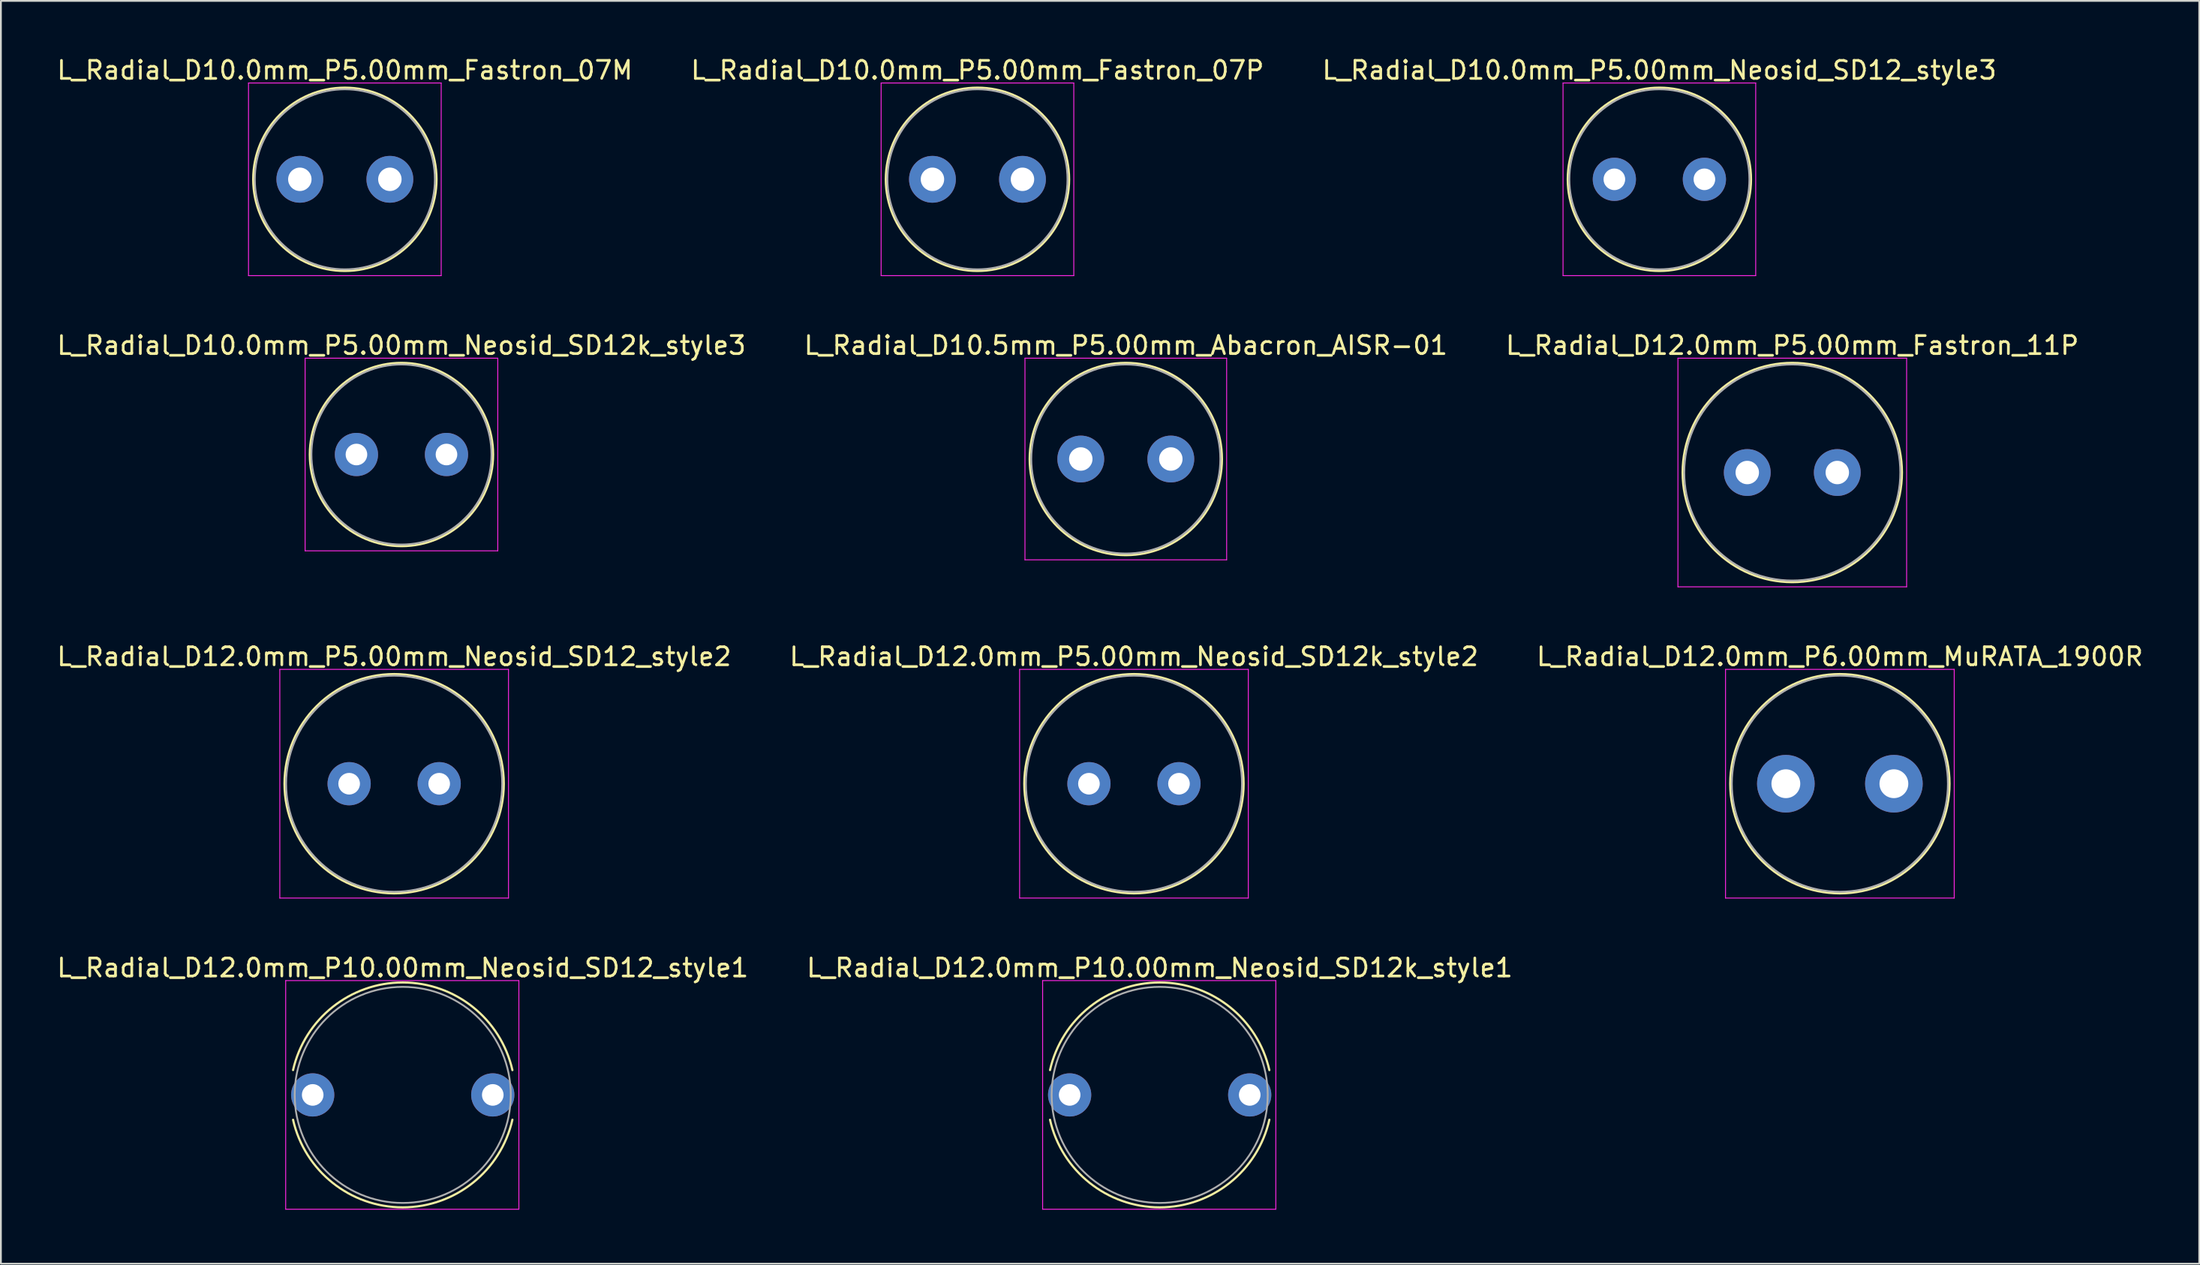
<source format=kicad_pcb>
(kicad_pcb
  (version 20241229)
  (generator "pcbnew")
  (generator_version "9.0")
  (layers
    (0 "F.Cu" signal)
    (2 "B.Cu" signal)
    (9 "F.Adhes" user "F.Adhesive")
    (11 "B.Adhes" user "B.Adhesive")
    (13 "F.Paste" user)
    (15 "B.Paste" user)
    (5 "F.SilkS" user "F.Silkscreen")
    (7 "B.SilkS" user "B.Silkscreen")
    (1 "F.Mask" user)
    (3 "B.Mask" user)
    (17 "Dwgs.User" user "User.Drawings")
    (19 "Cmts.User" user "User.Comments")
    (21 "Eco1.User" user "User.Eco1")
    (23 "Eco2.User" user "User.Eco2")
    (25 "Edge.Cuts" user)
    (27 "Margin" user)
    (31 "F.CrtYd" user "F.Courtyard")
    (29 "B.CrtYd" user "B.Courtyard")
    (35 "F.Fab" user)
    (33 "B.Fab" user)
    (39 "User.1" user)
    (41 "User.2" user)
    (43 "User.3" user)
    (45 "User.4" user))
  (footprint "L_Radial_D10.0mm_P5.00mm_Fastron_07P"
    (layer "F.Cu")
    (at 48.732 6.908)
    (property "Reference" "L_Radial_D10.0mm_P5.00mm_Fastron_07P" (at 2.5 -6.06 0) (layer "F.SilkS") (effects (font (size 1 1) (thickness 0.15))))
    (attr through_hole)
    (fp_circle (center 2.5 0) (end 7.59 0) (stroke (width 0.12) (type solid)) (fill no) (layer "F.SilkS"))
    (fp_line (start -2.85 -5.35) (end -2.85 5.35) (stroke (width 0.05) (type solid)) (layer "F.CrtYd"))
    (fp_line (start -2.85 5.35) (end 7.85 5.35) (stroke (width 0.05) (type solid)) (layer "F.CrtYd"))
    (fp_line (start 7.85 -5.35) (end -2.85 -5.35) (stroke (width 0.05) (type solid)) (layer "F.CrtYd"))
    (fp_line (start 7.85 5.35) (end 7.85 -5.35) (stroke (width 0.05) (type solid)) (layer "F.CrtYd"))
    (fp_circle (center 2.5 0) (end 7.5 0) (stroke (width 0.1) (type solid)) (fill no) (layer "F.Fab"))
    (pad "1" thru_hole circle (at 0 0) (size 2.6 2.6) (drill 1.3) (layers "*.Cu" "*.Mask"))
    (pad "2" thru_hole circle (at 5 0) (size 2.6 2.6) (drill 1.3) (layers "*.Cu" "*.Mask")))
  (footprint "L_Radial_D12.0mm_P5.00mm_Neosid_SD12k_style2"
    (layer "F.Cu")
    (at 57.423 40.475)
    (property "Reference" "L_Radial_D12.0mm_P5.00mm_Neosid_SD12k_style2" (at 2.5 -7.06 0) (layer "F.SilkS") (effects (font (size 1 1) (thickness 0.15))))
    (attr through_hole)
    (fp_circle (center 2.5 0) (end 8.59 0) (stroke (width 0.12) (type solid)) (fill no) (layer "F.SilkS"))
    (fp_line (start -3.85 -6.35) (end -3.85 6.35) (stroke (width 0.05) (type solid)) (layer "F.CrtYd"))
    (fp_line (start -3.85 6.35) (end 8.85 6.35) (stroke (width 0.05) (type solid)) (layer "F.CrtYd"))
    (fp_line (start 8.85 -6.35) (end -3.85 -6.35) (stroke (width 0.05) (type solid)) (layer "F.CrtYd"))
    (fp_line (start 8.85 6.35) (end 8.85 -6.35) (stroke (width 0.05) (type solid)) (layer "F.CrtYd"))
    (fp_circle (center 2.5 0) (end 8.5 0) (stroke (width 0.1) (type solid)) (fill no) (layer "F.Fab"))
    (pad "1" thru_hole circle (at 0 0) (size 2.4 2.4) (drill 1.2) (layers "*.Cu" "*.Mask"))
    (pad "2" thru_hole circle (at 5 0) (size 2.4 2.4) (drill 1.2) (layers "*.Cu" "*.Mask")))
  (footprint "L_Radial_D12.0mm_P10.00mm_Neosid_SD12_style1"
    (layer "F.Cu")
    (at 14.315 57.758)
    (property "Reference" "L_Radial_D12.0mm_P10.00mm_Neosid_SD12_style1" (at 5 -7.06 0) (layer "F.SilkS") (effects (font (size 1 1) (thickness 0.15))))
    (attr through_hole)
    (fp_arc (start -1.09 -1.38) (mid 5.001925 -6.244397) (end 11.09085 -1.376245) (stroke (width 0.12) (type solid)) (layer "F.SilkS"))
    (fp_arc (start 11.09085 1.376245) (mid 5.001925 6.244398) (end -1.09 1.38) (stroke (width 0.12) (type solid)) (layer "F.SilkS"))
    (fp_line (start -1.5 -6.35) (end -1.5 6.35) (stroke (width 0.05) (type solid)) (layer "F.CrtYd"))
    (fp_line (start -1.5 6.35) (end 11.45 6.35) (stroke (width 0.05) (type solid)) (layer "F.CrtYd"))
    (fp_line (start 11.45 -6.35) (end -1.5 -6.35) (stroke (width 0.05) (type solid)) (layer "F.CrtYd"))
    (fp_line (start 11.45 6.35) (end 11.45 -6.35) (stroke (width 0.05) (type solid)) (layer "F.CrtYd"))
    (fp_circle (center 5 0) (end 11 0) (stroke (width 0.1) (type solid)) (fill no) (layer "F.Fab"))
    (pad "1" thru_hole circle (at 0 0) (size 2.4 2.4) (drill 1.2) (layers "*.Cu" "*.Mask"))
    (pad "2" thru_hole circle (at 10 0) (size 2.4 2.4) (drill 1.2) (layers "*.Cu" "*.Mask")))
  (footprint "L_Radial_D12.0mm_P10.00mm_Neosid_SD12k_style1"
    (layer "F.Cu")
    (at 56.351 57.758)
    (property "Reference" "L_Radial_D12.0mm_P10.00mm_Neosid_SD12k_style1" (at 5 -7.06 0) (layer "F.SilkS") (effects (font (size 1 1) (thickness 0.15))))
    (attr through_hole)
    (fp_arc (start -1.09 -1.38) (mid 5.001925 -6.244397) (end 11.09085 -1.376245) (stroke (width 0.12) (type solid)) (layer "F.SilkS"))
    (fp_arc (start 11.09085 1.376245) (mid 5.001925 6.244398) (end -1.09 1.38) (stroke (width 0.12) (type solid)) (layer "F.SilkS"))
    (fp_line (start -1.5 -6.35) (end -1.5 6.35) (stroke (width 0.05) (type solid)) (layer "F.CrtYd"))
    (fp_line (start -1.5 6.35) (end 11.45 6.35) (stroke (width 0.05) (type solid)) (layer "F.CrtYd"))
    (fp_line (start 11.45 -6.35) (end -1.5 -6.35) (stroke (width 0.05) (type solid)) (layer "F.CrtYd"))
    (fp_line (start 11.45 6.35) (end 11.45 -6.35) (stroke (width 0.05) (type solid)) (layer "F.CrtYd"))
    (fp_circle (center 5 0) (end 11 0) (stroke (width 0.1) (type solid)) (fill no) (layer "F.Fab"))
    (pad "1" thru_hole circle (at 0 0) (size 2.4 2.4) (drill 1.2) (layers "*.Cu" "*.Mask"))
    (pad "2" thru_hole circle (at 10 0) (size 2.4 2.4) (drill 1.2) (layers "*.Cu" "*.Mask")))
  (footprint "L_Radial_D12.0mm_P5.00mm_Fastron_11P"
    (layer "F.Cu")
    (at 93.982 23.192)
    (property "Reference" "L_Radial_D12.0mm_P5.00mm_Fastron_11P" (at 2.5 -7.06 0) (layer "F.SilkS") (effects (font (size 1 1) (thickness 0.15))))
    (attr through_hole)
    (fp_circle (center 2.5 0) (end 8.59 0) (stroke (width 0.12) (type solid)) (fill no) (layer "F.SilkS"))
    (fp_line (start -3.85 -6.35) (end -3.85 6.35) (stroke (width 0.05) (type solid)) (layer "F.CrtYd"))
    (fp_line (start -3.85 6.35) (end 8.85 6.35) (stroke (width 0.05) (type solid)) (layer "F.CrtYd"))
    (fp_line (start 8.85 -6.35) (end -3.85 -6.35) (stroke (width 0.05) (type solid)) (layer "F.CrtYd"))
    (fp_line (start 8.85 6.35) (end 8.85 -6.35) (stroke (width 0.05) (type solid)) (layer "F.CrtYd"))
    (fp_circle (center 2.5 0) (end 8.5 0) (stroke (width 0.1) (type solid)) (fill no) (layer "F.Fab"))
    (pad "1" thru_hole circle (at 0 0) (size 2.6 2.6) (drill 1.3) (layers "*.Cu" "*.Mask"))
    (pad "2" thru_hole circle (at 5 0) (size 2.6 2.6) (drill 1.3) (layers "*.Cu" "*.Mask")))
  (footprint "L_Radial_D12.0mm_P5.00mm_Neosid_SD12_style2"
    (layer "F.Cu")
    (at 16.339 40.475)
    (property "Reference" "L_Radial_D12.0mm_P5.00mm_Neosid_SD12_style2" (at 2.5 -7.06 0) (layer "F.SilkS") (effects (font (size 1 1) (thickness 0.15))))
    (attr through_hole)
    (fp_circle (center 2.5 0) (end 8.59 0) (stroke (width 0.12) (type solid)) (fill no) (layer "F.SilkS"))
    (fp_line (start -3.85 -6.35) (end -3.85 6.35) (stroke (width 0.05) (type solid)) (layer "F.CrtYd"))
    (fp_line (start -3.85 6.35) (end 8.85 6.35) (stroke (width 0.05) (type solid)) (layer "F.CrtYd"))
    (fp_line (start 8.85 -6.35) (end -3.85 -6.35) (stroke (width 0.05) (type solid)) (layer "F.CrtYd"))
    (fp_line (start 8.85 6.35) (end 8.85 -6.35) (stroke (width 0.05) (type solid)) (layer "F.CrtYd"))
    (fp_circle (center 2.5 0) (end 8.5 0) (stroke (width 0.1) (type solid)) (fill no) (layer "F.Fab"))
    (pad "1" thru_hole circle (at 0 0) (size 2.4 2.4) (drill 1.2) (layers "*.Cu" "*.Mask"))
    (pad "2" thru_hole circle (at 5 0) (size 2.4 2.4) (drill 1.2) (layers "*.Cu" "*.Mask")))
  (footprint "L_Radial_D10.5mm_P5.00mm_Abacron_AISR-01"
    (layer "F.Cu")
    (at 56.97 22.442)
    (property "Reference" "L_Radial_D10.5mm_P5.00mm_Abacron_AISR-01" (at 2.5 -6.31 0) (layer "F.SilkS") (effects (font (size 1 1) (thickness 0.15))))
    (attr through_hole)
    (fp_circle (center 2.5 0) (end 7.84 0) (stroke (width 0.12) (type solid)) (fill no) (layer "F.SilkS"))
    (fp_line (start -3.1 -5.6) (end -3.1 5.6) (stroke (width 0.05) (type solid)) (layer "F.CrtYd"))
    (fp_line (start -3.1 5.6) (end 8.1 5.6) (stroke (width 0.05) (type solid)) (layer "F.CrtYd"))
    (fp_line (start 8.1 -5.6) (end -3.1 -5.6) (stroke (width 0.05) (type solid)) (layer "F.CrtYd"))
    (fp_line (start 8.1 5.6) (end 8.1 -5.6) (stroke (width 0.05) (type solid)) (layer "F.CrtYd"))
    (fp_circle (center 2.5 0) (end 7.75 0) (stroke (width 0.1) (type solid)) (fill no) (layer "F.Fab"))
    (pad "1" thru_hole circle (at 0 0) (size 2.6 2.6) (drill 1.3) (layers "*.Cu" "*.Mask"))
    (pad "2" thru_hole circle (at 5 0) (size 2.6 2.6) (drill 1.3) (layers "*.Cu" "*.Mask")))
  (footprint "L_Radial_D10.0mm_P5.00mm_Neosid_SD12k_style3"
    (layer "F.Cu")
    (at 16.744 22.192)
    (property "Reference" "L_Radial_D10.0mm_P5.00mm_Neosid_SD12k_style3" (at 2.5 -6.06 0) (layer "F.SilkS") (effects (font (size 1 1) (thickness 0.15))))
    (attr through_hole)
    (fp_circle (center 2.5 0) (end 7.59 0) (stroke (width 0.12) (type solid)) (fill no) (layer "F.SilkS"))
    (fp_line (start -2.85 -5.35) (end -2.85 5.35) (stroke (width 0.05) (type solid)) (layer "F.CrtYd"))
    (fp_line (start -2.85 5.35) (end 7.85 5.35) (stroke (width 0.05) (type solid)) (layer "F.CrtYd"))
    (fp_line (start 7.85 -5.35) (end -2.85 -5.35) (stroke (width 0.05) (type solid)) (layer "F.CrtYd"))
    (fp_line (start 7.85 5.35) (end 7.85 -5.35) (stroke (width 0.05) (type solid)) (layer "F.CrtYd"))
    (fp_circle (center 2.5 0) (end 7.5 0) (stroke (width 0.1) (type solid)) (fill no) (layer "F.Fab"))
    (pad "1" thru_hole circle (at 0 0) (size 2.4 2.4) (drill 1.2) (layers "*.Cu" "*.Mask"))
    (pad "2" thru_hole circle (at 5 0) (size 2.4 2.4) (drill 1.2) (layers "*.Cu" "*.Mask")))
  (footprint "L_Radial_D10.0mm_P5.00mm_Fastron_07M"
    (layer "F.Cu")
    (at 13.601 6.908)
    (property "Reference" "L_Radial_D10.0mm_P5.00mm_Fastron_07M" (at 2.5 -6.06 0) (layer "F.SilkS") (effects (font (size 1 1) (thickness 0.15))))
    (attr through_hole)
    (fp_circle (center 2.5 0) (end 7.59 0) (stroke (width 0.12) (type solid)) (fill no) (layer "F.SilkS"))
    (fp_line (start -2.85 -5.35) (end -2.85 5.35) (stroke (width 0.05) (type solid)) (layer "F.CrtYd"))
    (fp_line (start -2.85 5.35) (end 7.85 5.35) (stroke (width 0.05) (type solid)) (layer "F.CrtYd"))
    (fp_line (start 7.85 -5.35) (end -2.85 -5.35) (stroke (width 0.05) (type solid)) (layer "F.CrtYd"))
    (fp_line (start 7.85 5.35) (end 7.85 -5.35) (stroke (width 0.05) (type solid)) (layer "F.CrtYd"))
    (fp_circle (center 2.5 0) (end 7.5 0) (stroke (width 0.1) (type solid)) (fill no) (layer "F.Fab"))
    (pad "1" thru_hole circle (at 0 0) (size 2.6 2.6) (drill 1.3) (layers "*.Cu" "*.Mask"))
    (pad "2" thru_hole circle (at 5 0) (size 2.6 2.6) (drill 1.3) (layers "*.Cu" "*.Mask")))
  (footprint "L_Radial_D12.0mm_P6.00mm_MuRATA_1900R"
    (layer "F.Cu")
    (at 96.125 40.475)
    (property "Reference" "L_Radial_D12.0mm_P6.00mm_MuRATA_1900R" (at 3 -7.06 0) (layer "F.SilkS") (effects (font (size 1 1) (thickness 0.15))))
    (attr through_hole)
    (fp_circle (center 3 0) (end 9.09 0) (stroke (width 0.12) (type solid)) (fill no) (layer "F.SilkS"))
    (fp_line (start -3.35 -6.35) (end -3.35 6.35) (stroke (width 0.05) (type solid)) (layer "F.CrtYd"))
    (fp_line (start -3.35 6.35) (end 9.35 6.35) (stroke (width 0.05) (type solid)) (layer "F.CrtYd"))
    (fp_line (start 9.35 -6.35) (end -3.35 -6.35) (stroke (width 0.05) (type solid)) (layer "F.CrtYd"))
    (fp_line (start 9.35 6.35) (end 9.35 -6.35) (stroke (width 0.05) (type solid)) (layer "F.CrtYd"))
    (fp_circle (center 3 0) (end 9 0) (stroke (width 0.1) (type solid)) (fill no) (layer "F.Fab"))
    (pad "1" thru_hole circle (at 0 0) (size 3.2 3.2) (drill 1.6) (layers "*.Cu" "*.Mask"))
    (pad "2" thru_hole circle (at 6 0) (size 3.2 3.2) (drill 1.6) (layers "*.Cu" "*.Mask")))
  (footprint "L_Radial_D10.0mm_P5.00mm_Neosid_SD12_style3"
    (layer "F.Cu")
    (at 86.601 6.908)
    (property "Reference" "L_Radial_D10.0mm_P5.00mm_Neosid_SD12_style3" (at 2.5 -6.06 0) (layer "F.SilkS") (effects (font (size 1 1) (thickness 0.15))))
    (attr through_hole)
    (fp_circle (center 2.5 0) (end 7.59 0) (stroke (width 0.12) (type solid)) (fill no) (layer "F.SilkS"))
    (fp_line (start -2.85 -5.35) (end -2.85 5.35) (stroke (width 0.05) (type solid)) (layer "F.CrtYd"))
    (fp_line (start -2.85 5.35) (end 7.85 5.35) (stroke (width 0.05) (type solid)) (layer "F.CrtYd"))
    (fp_line (start 7.85 -5.35) (end -2.85 -5.35) (stroke (width 0.05) (type solid)) (layer "F.CrtYd"))
    (fp_line (start 7.85 5.35) (end 7.85 -5.35) (stroke (width 0.05) (type solid)) (layer "F.CrtYd"))
    (fp_circle (center 2.5 0) (end 7.5 0) (stroke (width 0.1) (type solid)) (fill no) (layer "F.Fab"))
    (pad "1" thru_hole circle (at 0 0) (size 2.4 2.4) (drill 1.2) (layers "*.Cu" "*.Mask"))
    (pad "2" thru_hole circle (at 5 0) (size 2.4 2.4) (drill 1.2) (layers "*.Cu" "*.Mask")))
  (gr_rect
    (start -3 -3)
    (end 119.083 67.133)
    (stroke (width 0.1) (type default))
    (fill no)
    (layer "Edge.Cuts")))
</source>
